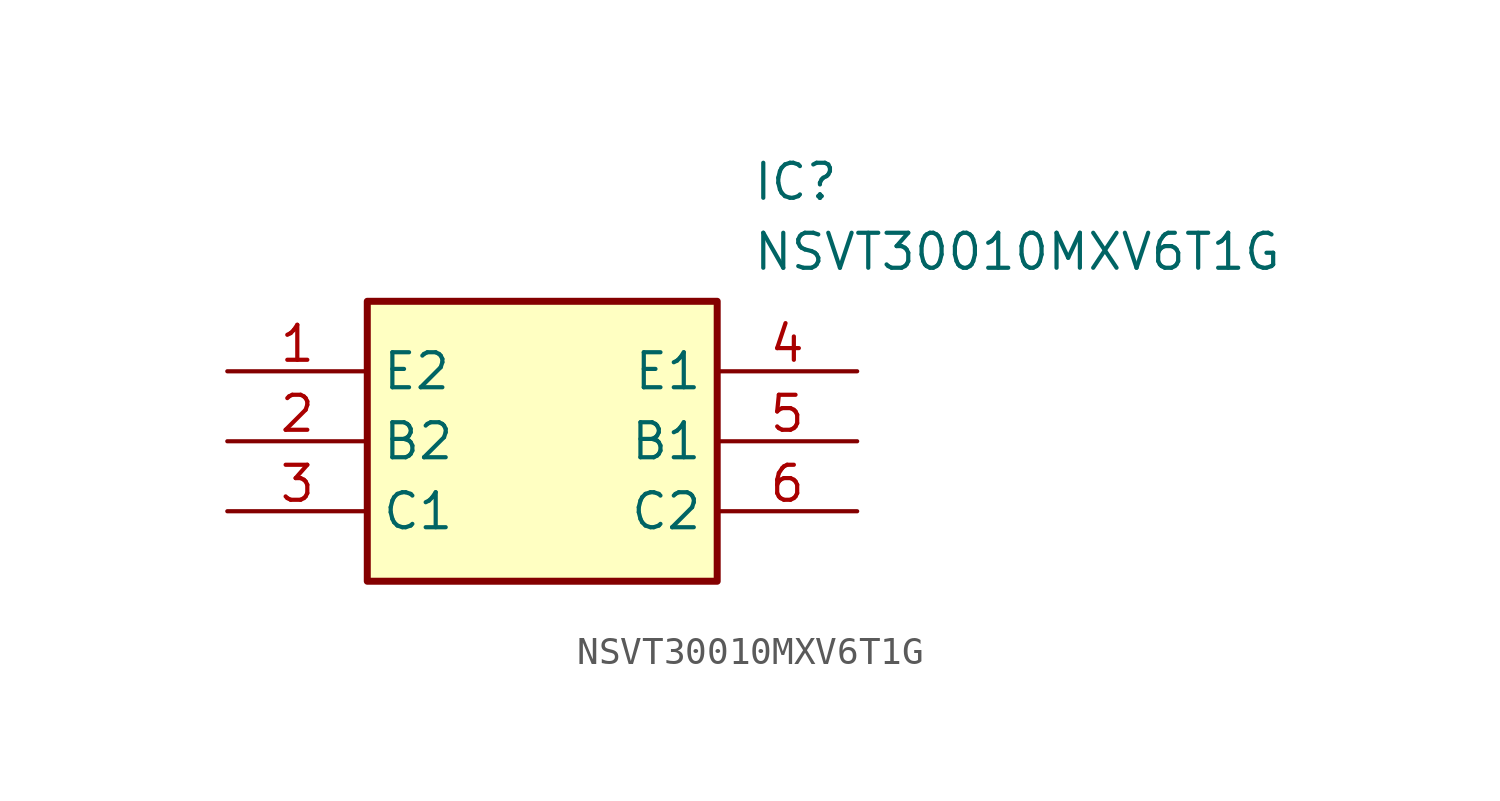
<source format=kicad_sym>
(kicad_symbol_lib
  (version 20241209)
  (generator "kicad_symbol_editor")
  (generator_version "9.0")
  (symbol "NSVT30010MXV6T1G"
    (property "Reference" "IC"
      (at 19.05 7.62 0)
      (effects (font (size 1.27 1.27)) (justify left top)))
    (property "Value" "NSVT30010MXV6T1G"
      (at 19.05 5.08 0)
      (effects (font (size 1.27 1.27)) (justify left top)))
    (symbol "NSVT30010MXV6T1G_1_1"
      (rectangle (start 5.08 2.54) (end 17.78 -7.62) (stroke (width 0.254) (type default)) (fill (type background)))
      (pin passive line (at 0 0 0) (length 5.08) (name "E2" (effects (font (size 1.27 1.27)))) (number "1" (effects (font (size 1.27 1.27)))))
      (pin passive line (at 0 -2.54 0) (length 5.08) (name "B2" (effects (font (size 1.27 1.27)))) (number "2" (effects (font (size 1.27 1.27)))))
      (pin passive line (at 0 -5.08 0) (length 5.08) (name "C1" (effects (font (size 1.27 1.27)))) (number "3" (effects (font (size 1.27 1.27)))))
      (pin passive line (at 22.86 0 180) (length 5.08) (name "E1" (effects (font (size 1.27 1.27)))) (number "4" (effects (font (size 1.27 1.27)))))
      (pin passive line (at 22.86 -2.54 180) (length 5.08) (name "B1" (effects (font (size 1.27 1.27)))) (number "5" (effects (font (size 1.27 1.27)))))
      (pin passive line (at 22.86 -5.08 180) (length 5.08) (name "C2" (effects (font (size 1.27 1.27)))) (number "6" (effects (font (size 1.27 1.27))))))))
</source>
